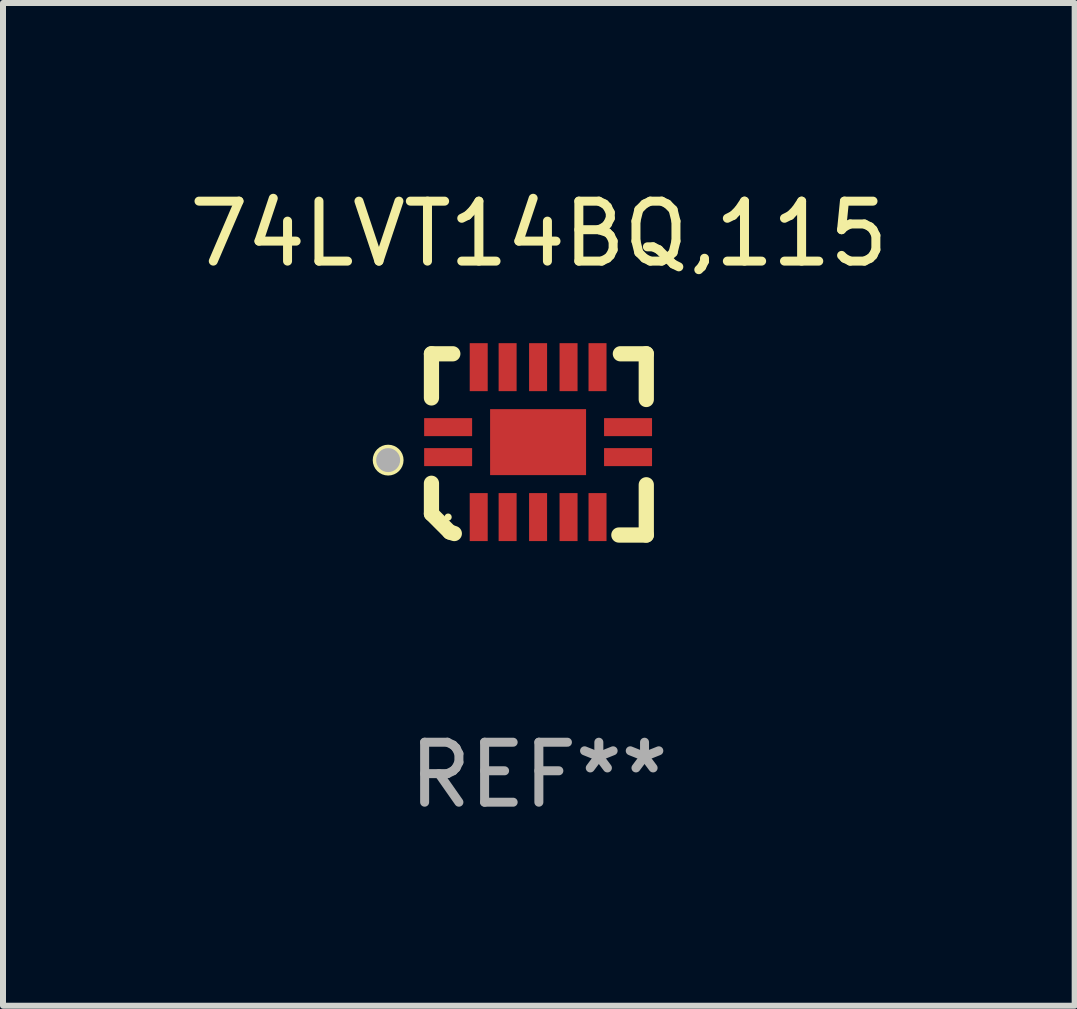
<source format=kicad_pcb>
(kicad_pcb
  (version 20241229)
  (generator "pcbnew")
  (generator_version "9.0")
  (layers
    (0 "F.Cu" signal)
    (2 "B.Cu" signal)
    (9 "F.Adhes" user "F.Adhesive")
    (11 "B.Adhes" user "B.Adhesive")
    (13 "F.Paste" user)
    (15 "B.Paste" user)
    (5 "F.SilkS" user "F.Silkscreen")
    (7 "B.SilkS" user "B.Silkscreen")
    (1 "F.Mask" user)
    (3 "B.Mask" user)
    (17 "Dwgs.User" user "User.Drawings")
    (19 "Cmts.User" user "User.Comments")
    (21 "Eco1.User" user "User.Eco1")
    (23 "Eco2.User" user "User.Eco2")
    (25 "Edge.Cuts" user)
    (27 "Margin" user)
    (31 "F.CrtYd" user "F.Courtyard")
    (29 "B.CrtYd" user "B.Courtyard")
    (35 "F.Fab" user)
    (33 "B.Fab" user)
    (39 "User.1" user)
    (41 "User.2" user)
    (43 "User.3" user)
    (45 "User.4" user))
  (footprint "74LVT14BQ,115"
    (layer "F.Cu")
    (at 5.935 4.36)
    (property "Reference" "74LVT14BQ,115" (at 0 -3.511 0) (layer "F.SilkS") (effects (font (size 1 1) (thickness 0.15))))
    (attr through_hole)
    (fp_line (start -1.791 -1.511) (end -1.435 -1.511) (stroke (width 0.254) (type solid)) (layer "F.SilkS"))
    (fp_line (start -1.791 -0.775) (end -1.791 -1.511) (stroke (width 0.254) (type solid)) (layer "F.SilkS"))
    (fp_line (start -1.791 1.156) (end -1.791 0.648) (stroke (width 0.254) (type solid)) (layer "F.SilkS"))
    (fp_line (start -1.486 1.461) (end -1.791 1.156) (stroke (width 0.254) (type solid)) (layer "F.SilkS"))
    (fp_line (start -1.41 1.486) (end -1.486 1.461) (stroke (width 0.254) (type solid)) (layer "F.SilkS"))
    (fp_line (start 1.334 1.511) (end 1.791 1.511) (stroke (width 0.254) (type solid)) (layer "F.SilkS"))
    (fp_line (start 1.791 -1.511) (end 1.359 -1.511) (stroke (width 0.254) (type solid)) (layer "F.SilkS"))
    (fp_line (start 1.791 -0.749) (end 1.791 -1.511) (stroke (width 0.254) (type solid)) (layer "F.SilkS"))
    (fp_line (start 1.791 1.511) (end 1.791 0.673) (stroke (width 0.254) (type solid)) (layer "F.SilkS"))
    (fp_circle (center -2.513 0.262) (end -2.383 0.262) (stroke (width 0.254) (type solid)) (fill no) (layer "F.SilkS"))
    (fp_circle (center -1.513 1.212) (end -1.483 1.212) (stroke (width 0.06) (type solid)) (fill no) (layer "F.SilkS"))
    (fp_circle (center -2.513 0.262) (end -2.413 0.262) (stroke (width 0.2) (type solid)) (fill no) (layer "F.Fab"))
    (fp_text user "REF**" (at 0 5.511 0) (layer "F.Fab") (effects (font (size 1 1) (thickness 0.15))))
    (pad "1" smd rect (at -1.513 0.212) (size 0.8 0.3) (layers "F.Cu" "F.Mask" "F.Paste"))
    (pad "2" smd rect (at -1.003 1.212) (size 0.3 0.8) (layers "F.Cu" "F.Mask" "F.Paste"))
    (pad "3" smd rect (at -0.521 1.212) (size 0.3 0.8) (layers "F.Cu" "F.Mask" "F.Paste"))
    (pad "4" smd rect (at -0.013 1.212) (size 0.3 0.8) (layers "F.Cu" "F.Mask" "F.Paste"))
    (pad "5" smd rect (at 0.495 1.212) (size 0.3 0.8) (layers "F.Cu" "F.Mask" "F.Paste"))
    (pad "6" smd rect (at 0.978 1.212) (size 0.3 0.8) (layers "F.Cu" "F.Mask" "F.Paste"))
    (pad "7" smd rect (at 1.487 0.212) (size 0.8 0.3) (layers "F.Cu" "F.Mask" "F.Paste"))
    (pad "8" smd rect (at 1.487 -0.288) (size 0.8 0.3) (layers "F.Cu" "F.Mask" "F.Paste"))
    (pad "9" smd rect (at 0.978 -1.288) (size 0.3 0.8) (layers "F.Cu" "F.Mask" "F.Paste"))
    (pad "10" smd rect (at 0.495 -1.288) (size 0.3 0.8) (layers "F.Cu" "F.Mask" "F.Paste"))
    (pad "11" smd rect (at -0.013 -1.288) (size 0.3 0.8) (layers "F.Cu" "F.Mask" "F.Paste"))
    (pad "12" smd rect (at -0.521 -1.288) (size 0.3 0.8) (layers "F.Cu" "F.Mask" "F.Paste"))
    (pad "13" smd rect (at -1.003 -1.288) (size 0.3 0.8) (layers "F.Cu" "F.Mask" "F.Paste"))
    (pad "14" smd rect (at -1.513 -0.288) (size 0.8 0.3) (layers "F.Cu" "F.Mask" "F.Paste"))
    (pad "15" smd rect (at -0.013 -0.038 90) (size 1.1 1.6) (layers "F.Cu" "F.Mask" "F.Paste")))
  (gr_rect
    (start -3 -3)
    (end 14.869 13.719)
    (stroke (width 0.1) (type default))
    (fill no)
    (layer "Edge.Cuts")))
</source>
